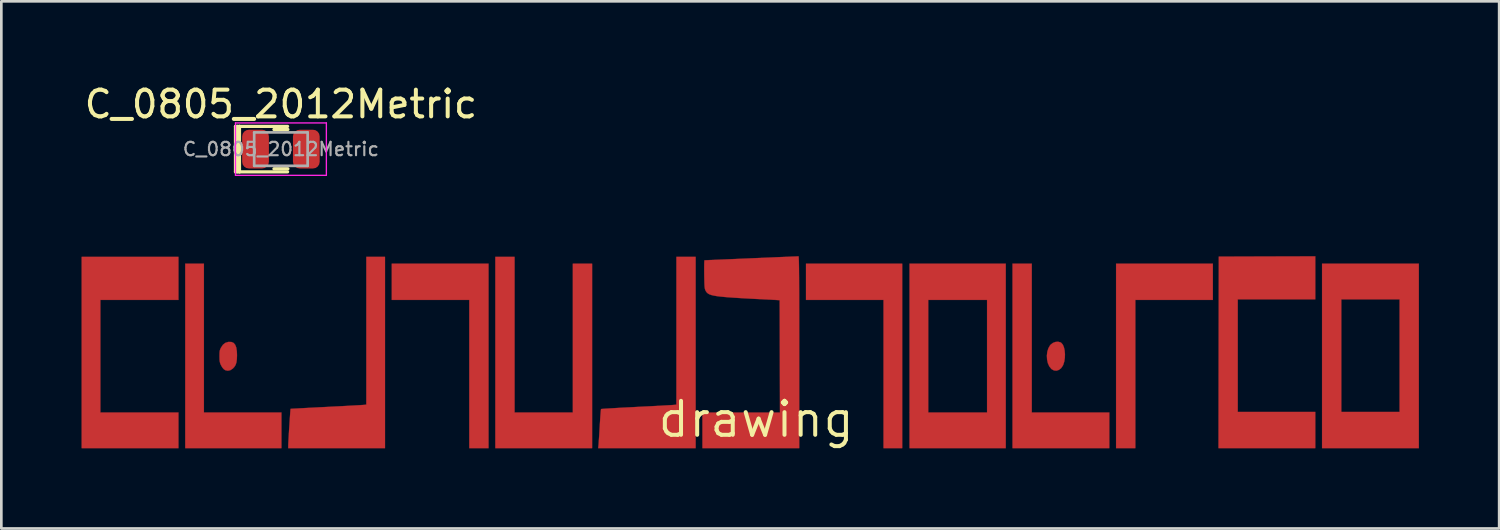
<source format=kicad_pcb>
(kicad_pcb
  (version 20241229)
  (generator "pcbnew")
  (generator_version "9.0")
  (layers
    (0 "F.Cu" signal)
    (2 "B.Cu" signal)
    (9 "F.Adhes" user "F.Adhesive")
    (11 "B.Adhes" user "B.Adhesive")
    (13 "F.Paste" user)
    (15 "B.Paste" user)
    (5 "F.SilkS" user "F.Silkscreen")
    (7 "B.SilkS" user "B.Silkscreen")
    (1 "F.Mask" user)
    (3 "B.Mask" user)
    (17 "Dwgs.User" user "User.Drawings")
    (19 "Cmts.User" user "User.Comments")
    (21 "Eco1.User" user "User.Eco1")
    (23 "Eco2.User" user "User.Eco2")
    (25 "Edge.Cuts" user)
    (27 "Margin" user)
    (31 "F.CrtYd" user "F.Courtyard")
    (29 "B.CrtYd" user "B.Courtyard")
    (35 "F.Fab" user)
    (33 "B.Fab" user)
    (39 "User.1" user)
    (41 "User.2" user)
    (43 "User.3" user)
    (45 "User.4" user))
  (footprint "C_0805_2012Metric"
    (layer "F.Cu")
    (at 7.458 2.528)
    (property "Reference" "C_0805_2012Metric" (at 0 -1.68 0) (layer "F.SilkS") (effects (font (size 1 1) (thickness 0.15))))
    (attr smd)
    (fp_line (start -1.7 -0.85) (end -1.7 0.85) (stroke (width 0.12) (type solid)) (layer "F.SilkS"))
    (fp_line (start -1.7 0.85) (end -1.55 0.85) (stroke (width 0.12) (type solid)) (layer "F.SilkS"))
    (fp_line (start -1.625 0.85) (end -1.625 -0.85) (stroke (width 0.12) (type solid)) (layer "F.SilkS"))
    (fp_line (start -1.55 -0.85) (end -1.7 -0.85) (stroke (width 0.12) (type solid)) (layer "F.SilkS"))
    (fp_line (start -1.55 -0.85) (end -1.55 0.85) (stroke (width 0.12) (type solid)) (layer "F.SilkS"))
    (fp_line (start -1.55 0.85) (end 0.25 0.85) (stroke (width 0.12) (type solid)) (layer "F.SilkS"))
    (fp_line (start -0.261 -0.735) (end 0.261 -0.735) (stroke (width 0.12) (type solid)) (layer "F.SilkS"))
    (fp_line (start -0.261 0.735) (end 0.261 0.735) (stroke (width 0.12) (type solid)) (layer "F.SilkS"))
    (fp_line (start 0.25 -0.85) (end -1.55 -0.85) (stroke (width 0.12) (type solid)) (layer "F.SilkS"))
    (fp_line (start -1.7 -0.98) (end 1.7 -0.98) (stroke (width 0.05) (type solid)) (layer "F.CrtYd"))
    (fp_line (start -1.7 0.98) (end -1.7 -0.98) (stroke (width 0.05) (type solid)) (layer "F.CrtYd"))
    (fp_line (start 1.7 -0.98) (end 1.7 0.98) (stroke (width 0.05) (type solid)) (layer "F.CrtYd"))
    (fp_line (start 1.7 0.98) (end -1.7 0.98) (stroke (width 0.05) (type solid)) (layer "F.CrtYd"))
    (fp_line (start -1 -0.625) (end 1 -0.625) (stroke (width 0.1) (type solid)) (layer "F.Fab"))
    (fp_line (start -1 0.625) (end -1 -0.625) (stroke (width 0.1) (type solid)) (layer "F.Fab"))
    (fp_line (start 1 -0.625) (end 1 0.625) (stroke (width 0.1) (type solid)) (layer "F.Fab"))
    (fp_line (start 1 0.625) (end -1 0.625) (stroke (width 0.1) (type solid)) (layer "F.Fab"))
    (fp_text user "${REFERENCE}" (at 0 0 0) (layer "F.Fab") (effects (font (size 0.5 0.5) (thickness 0.08))))
    (pad "1" smd roundrect (at -0.95 0) (size 1 1.45) (layers "F.Cu" "F.Mask" "F.Paste") (roundrect_rratio 0.25))
    (pad "2" smd roundrect (at 0.95 0) (size 1 1.45) (layers "F.Cu" "F.Mask" "F.Paste") (roundrect_rratio 0.25)))
  (footprint "drawing"
    (layer "F.Cu")
    (at 25.236 12.634)
    (property "Reference" "drawing" (at 0 0 0) (layer "F.SilkS") (effects (font (size 1.27 1.27) (thickness 0.15))))
    (attr through_hole)
    (fp_poly (pts (xy -20.659 -0.254) (xy -17.759 -0.254) (xy -17.759 1.079) (xy -21.357 1.079) (xy -21.357 -5.821) (xy -20.659 -5.821) (xy -20.659 -0.254)) (stroke (width 0.01) (type solid)) (fill yes) (layer "F.Cu"))
    (fp_poly (pts (xy -10.012 1.079) (xy -10.732 1.079) (xy -10.732 -4.466) (xy -13.631 -4.466) (xy -13.631 -5.821) (xy -10.012 -5.821) (xy -10.012 1.079)) (stroke (width 0.01) (type solid)) (fill yes) (layer "F.Cu"))
    (fp_poly (pts (xy 5.461 1.079) (xy 4.763 1.079) (xy 4.763 -4.466) (xy 1.863 -4.466) (xy 1.863 -5.821) (xy 5.461 -5.821) (xy 5.461 1.079)) (stroke (width 0.01) (type solid)) (fill yes) (layer "F.Cu"))
    (fp_poly (pts (xy 10.308 -0.254) (xy 13.208 -0.254) (xy 13.208 1.079) (xy 9.588 1.079) (xy 9.588 -5.821) (xy 10.308 -5.821) (xy 10.308 -0.254)) (stroke (width 0.01) (type solid)) (fill yes) (layer "F.Cu"))
    (fp_poly (pts (xy 17.081 -4.466) (xy 14.182 -4.466) (xy 14.182 1.079) (xy 13.462 1.079) (xy 13.462 -5.821) (xy 17.081 -5.821) (xy 17.081 -4.466)) (stroke (width 0.01) (type solid)) (fill yes) (layer "F.Cu"))
    (fp_poly (pts (xy -21.611 -4.466) (xy -24.532 -4.466) (xy -24.532 -0.254) (xy -21.611 -0.254) (xy -21.611 1.079) (xy -25.231 1.079) (xy -25.231 -6.075) (xy -21.611 -6.075) (xy -21.611 -4.466)) (stroke (width 0.01) (type solid)) (fill yes) (layer "F.Cu"))
    (fp_poly (pts (xy -9.038 -0.254) (xy -6.858 -0.254) (xy -6.858 -5.821) (xy -6.138 -5.821) (xy -6.138 1.079) (xy -9.758 1.079) (xy -9.758 -6.075) (xy -9.038 -6.075) (xy -9.038 -0.254)) (stroke (width 0.01) (type solid)) (fill yes) (layer "F.Cu"))
    (fp_poly (pts (xy 20.913 -4.487) (xy 18.013 -4.487) (xy 18.013 -0.275) (xy 20.913 -0.275) (xy 20.913 1.079) (xy 17.293 1.079) (xy 17.298 -2.503) (xy 17.304 -6.085) (xy 19.108 -6.091) (xy 20.913 -6.096) (xy 20.913 -4.487)) (stroke (width 0.01) (type solid)) (fill yes) (layer "F.Cu"))
    (fp_poly (pts (xy 9.335 1.079) (xy 5.736 1.079) (xy 5.736 -4.466) (xy 6.435 -4.466) (xy 6.435 -0.254) (xy 8.636 -0.254) (xy 8.636 -4.466) (xy 6.435 -4.466) (xy 5.736 -4.466) (xy 5.736 -5.821) (xy 9.335 -5.821) (xy 9.335 1.079)) (stroke (width 0.01) (type solid)) (fill yes) (layer "F.Cu"))
    (fp_poly (pts (xy 24.786 1.079) (xy 21.167 1.079) (xy 21.167 -4.487) (xy 21.886 -4.487) (xy 21.886 -0.275) (xy 24.067 -0.275) (xy 24.067 -4.487) (xy 21.886 -4.487) (xy 21.167 -4.487) (xy 21.167 -5.821) (xy 24.786 -5.821) (xy 24.786 1.079)) (stroke (width 0.01) (type solid)) (fill yes) (layer "F.Cu"))
    (fp_poly (pts (xy 11.377 -2.88) (xy 11.415 -2.857) (xy 11.47 -2.79) (xy 11.511 -2.692) (xy 11.537 -2.572) (xy 11.549 -2.438) (xy 11.545 -2.3) (xy 11.525 -2.166) (xy 11.488 -2.047) (xy 11.471 -2.008) (xy 11.404 -1.911) (xy 11.322 -1.848) (xy 11.232 -1.819) (xy 11.139 -1.828) (xy 11.051 -1.876) (xy 11.04 -1.885) (xy 10.965 -1.978) (xy 10.911 -2.097) (xy 10.881 -2.233) (xy 10.873 -2.378) (xy 10.888 -2.52) (xy 10.927 -2.651) (xy 10.989 -2.762) (xy 11.013 -2.79) (xy 11.095 -2.855) (xy 11.191 -2.892) (xy 11.289 -2.901) (xy 11.377 -2.88)) (stroke (width 0.01) (type solid)) (fill yes) (layer "F.Cu"))
    (fp_poly (pts (xy -19.626 -2.891) (xy -19.547 -2.856) (xy -19.489 -2.788) (xy -19.449 -2.686) (xy -19.427 -2.548) (xy -19.421 -2.402) (xy -19.426 -2.25) (xy -19.442 -2.131) (xy -19.473 -2.036) (xy -19.521 -1.958) (xy -19.58 -1.896) (xy -19.671 -1.837) (xy -19.765 -1.817) (xy -19.856 -1.836) (xy -19.913 -1.873) (xy -19.958 -1.923) (xy -20.003 -1.993) (xy -20.026 -2.037) (xy -20.051 -2.099) (xy -20.066 -2.16) (xy -20.074 -2.234) (xy -20.076 -2.335) (xy -20.076 -2.36) (xy -20.075 -2.462) (xy -20.07 -2.534) (xy -20.059 -2.589) (xy -20.039 -2.64) (xy -20.019 -2.681) (xy -19.947 -2.788) (xy -19.86 -2.857) (xy -19.754 -2.892) (xy -19.725 -2.895) (xy -19.626 -2.891)) (stroke (width 0.01) (type solid)) (fill yes) (layer "F.Cu"))
    (fp_poly (pts (xy -13.885 1.079) (xy -17.505 1.079) (xy -17.504 0.99) (xy -17.503 0.941) (xy -17.499 0.861) (xy -17.493 0.754) (xy -17.486 0.629) (xy -17.478 0.489) (xy -17.469 0.342) (xy -17.459 0.194) (xy -17.45 0.05) (xy -17.441 -0.083) (xy -17.433 -0.199) (xy -17.426 -0.293) (xy -17.421 -0.358) (xy -17.417 -0.388) (xy -17.417 -0.39) (xy -17.395 -0.392) (xy -17.334 -0.396) (xy -17.239 -0.401) (xy -17.111 -0.408) (xy -16.956 -0.416) (xy -16.776 -0.426) (xy -16.575 -0.436) (xy -16.356 -0.448) (xy -16.124 -0.459) (xy -16.044 -0.463) (xy -15.807 -0.476) (xy -15.581 -0.487) (xy -15.37 -0.498) (xy -15.179 -0.509) (xy -15.01 -0.518) (xy -14.868 -0.526) (xy -14.755 -0.533) (xy -14.677 -0.538) (xy -14.636 -0.541) (xy -14.631 -0.542) (xy -14.584 -0.551) (xy -14.584 -6.075) (xy -13.885 -6.075) (xy -13.885 1.079)) (stroke (width 0.01) (type solid)) (fill yes) (layer "F.Cu"))
    (fp_poly (pts (xy -2.265 1.079) (xy -5.91 1.079) (xy -5.897 0.958) (xy -5.893 0.905) (xy -5.887 0.816) (xy -5.879 0.699) (xy -5.87 0.56) (xy -5.861 0.406) (xy -5.851 0.244) (xy -5.851 0.233) (xy -5.841 0.077) (xy -5.832 -0.064) (xy -5.823 -0.186) (xy -5.815 -0.284) (xy -5.808 -0.35) (xy -5.803 -0.382) (xy -5.803 -0.383) (xy -5.78 -0.386) (xy -5.718 -0.391) (xy -5.621 -0.398) (xy -5.493 -0.406) (xy -5.337 -0.415) (xy -5.156 -0.426) (xy -4.955 -0.437) (xy -4.736 -0.448) (xy -4.504 -0.46) (xy -4.434 -0.464) (xy -4.198 -0.476) (xy -3.973 -0.487) (xy -3.763 -0.498) (xy -3.573 -0.508) (xy -3.405 -0.518) (xy -3.264 -0.526) (xy -3.153 -0.532) (xy -3.075 -0.538) (xy -3.036 -0.541) (xy -3.032 -0.541) (xy -2.985 -0.551) (xy -2.985 -6.075) (xy -2.265 -6.075) (xy -2.265 1.079)) (stroke (width 0.01) (type solid)) (fill yes) (layer "F.Cu"))
    (fp_poly (pts (xy 1.586 -6.088) (xy 1.589 -6.065) (xy 1.592 -6.023) (xy 1.594 -5.962) (xy 1.597 -5.88) (xy 1.599 -5.776) (xy 1.601 -5.647) (xy 1.602 -5.493) (xy 1.604 -5.311) (xy 1.605 -5.101) (xy 1.606 -4.859) (xy 1.607 -4.586) (xy 1.607 -4.279) (xy 1.608 -3.936) (xy 1.608 -3.556) (xy 1.609 -3.138) (xy 1.609 -2.68) (xy 1.609 -2.508) (xy 1.609 1.079) (xy -2.011 1.079) (xy -2.011 -0.254) (xy 0.889 -0.254) (xy 0.884 -2.355) (xy 0.878 -4.456) (xy 0.011 -4.501) (xy -0.309 -4.518) (xy -0.588 -4.534) (xy -0.831 -4.549) (xy -1.04 -4.564) (xy -1.218 -4.579) (xy -1.368 -4.594) (xy -1.492 -4.611) (xy -1.594 -4.629) (xy -1.676 -4.649) (xy -1.74 -4.671) (xy -1.791 -4.697) (xy -1.829 -4.726) (xy -1.86 -4.759) (xy -1.884 -4.796) (xy -1.897 -4.821) (xy -1.91 -4.851) (xy -1.919 -4.887) (xy -1.927 -4.935) (xy -1.933 -5.001) (xy -1.937 -5.09) (xy -1.94 -5.209) (xy -1.943 -5.362) (xy -1.944 -5.424) (xy -1.945 -5.568) (xy -1.945 -5.697) (xy -1.944 -5.805) (xy -1.941 -5.886) (xy -1.937 -5.935) (xy -1.933 -5.948) (xy -1.91 -5.949) (xy -1.847 -5.951) (xy -1.749 -5.956) (xy -1.618 -5.961) (xy -1.457 -5.968) (xy -1.269 -5.976) (xy -1.059 -5.985) (xy -0.828 -5.994) (xy -0.58 -6.005) (xy -0.319 -6.016) (xy -0.18 -6.022) (xy 0.088 -6.033) (xy 0.343 -6.044) (xy 0.584 -6.054) (xy 0.806 -6.064) (xy 1.007 -6.072) (xy 1.182 -6.079) (xy 1.33 -6.086) (xy 1.447 -6.09) (xy 1.53 -6.094) (xy 1.575 -6.096) (xy 1.582 -6.096) (xy 1.586 -6.088)) (stroke (width 0.01) (type solid)) (fill yes) (layer "F.Cu")))
  (gr_rect
    (start -3 -3)
    (end 53.027 16.719)
    (stroke (width 0.1) (type default))
    (fill no)
    (layer "Edge.Cuts")))
</source>
